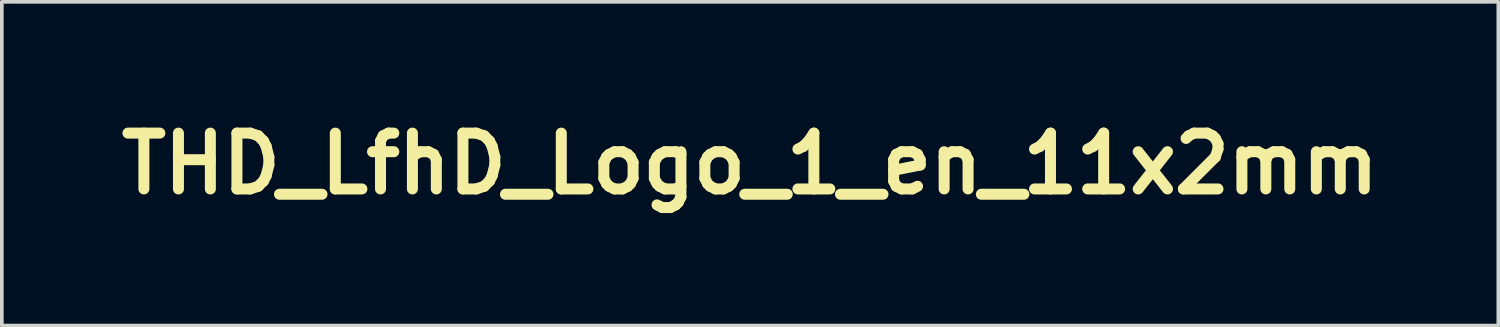
<source format=kicad_pcb>
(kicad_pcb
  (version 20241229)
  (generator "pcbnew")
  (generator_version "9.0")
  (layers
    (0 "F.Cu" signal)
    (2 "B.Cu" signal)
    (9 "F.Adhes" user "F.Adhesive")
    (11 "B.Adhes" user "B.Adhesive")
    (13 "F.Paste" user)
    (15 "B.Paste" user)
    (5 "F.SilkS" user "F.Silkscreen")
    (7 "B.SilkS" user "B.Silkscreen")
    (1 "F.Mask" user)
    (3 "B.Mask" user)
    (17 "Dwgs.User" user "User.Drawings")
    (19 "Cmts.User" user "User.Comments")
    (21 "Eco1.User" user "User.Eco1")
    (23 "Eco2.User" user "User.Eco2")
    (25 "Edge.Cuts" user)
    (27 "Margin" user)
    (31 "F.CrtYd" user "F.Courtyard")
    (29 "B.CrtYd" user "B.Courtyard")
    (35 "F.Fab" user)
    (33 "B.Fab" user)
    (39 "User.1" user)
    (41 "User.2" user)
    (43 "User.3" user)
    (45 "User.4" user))
  (footprint "THD_LfhD_Logo_1_en_11x2mm"
    (layer "F.Cu")
    (at 17.424 1.418)
    (property "Reference" "THD_LfhD_Logo_1_en_11x2mm" (at 0 0 0) (layer "F.SilkS") (effects (font (size 1.524 1.524) (thickness 0.3))))
    (attr through_hole)
    (fp_poly (pts (xy -0.222 0.889) (xy -0.318 0.889) (xy -0.318 0.476) (xy -0.222 0.476) (xy -0.222 0.889)) (stroke (width 0.01) (type solid)) (fill yes) (layer "F.Mask"))
    (fp_poly (pts (xy 1.635 0.968) (xy 1.079 0.968) (xy 1.079 -0.683) (xy 1.635 -0.683) (xy 1.635 0.968)) (stroke (width 0.01) (type solid)) (fill yes) (layer "F.Mask"))
    (fp_poly (pts (xy -1.453 0.484) (xy -1.448 0.687) (xy -1.444 0.889) (xy -1.54 0.889) (xy -1.54 0.474) (xy -1.453 0.484)) (stroke (width 0.01) (type solid)) (fill yes) (layer "F.Mask"))
    (fp_poly (pts (xy 4.314 0.012) (xy 4.318 0.968) (xy 3.778 0.968) (xy 3.782 0.012) (xy 3.786 -0.945) (xy 4.31 -0.945) (xy 4.314 0.012)) (stroke (width 0.01) (type solid)) (fill yes) (layer "F.Mask"))
    (fp_poly (pts (xy -1.794 0.794) (xy -1.587 0.794) (xy -1.587 0.889) (xy -1.89 0.889) (xy -1.886 0.687) (xy -1.881 0.484) (xy -1.838 0.479) (xy -1.794 0.474) (xy -1.794 0.794)) (stroke (width 0.01) (type solid)) (fill yes) (layer "F.Mask"))
    (fp_poly (pts (xy -1.064 0.095) (xy -0.857 0.095) (xy -0.857 0.191) (xy -1.16 0.191) (xy -1.155 -0.012) (xy -1.151 -0.214) (xy -1.107 -0.219) (xy -1.064 -0.224) (xy -1.064 0.095)) (stroke (width 0.01) (type solid)) (fill yes) (layer "F.Mask"))
    (fp_poly (pts (xy -3.286 0.889) (xy -3.325 0.889) (xy -3.357 0.885) (xy -3.37 0.877) (xy -3.372 0.857) (xy -3.374 0.813) (xy -3.375 0.749) (xy -3.375 0.675) (xy -3.373 0.484) (xy -3.33 0.479) (xy -3.286 0.474) (xy -3.286 0.889)) (stroke (width 0.01) (type solid)) (fill yes) (layer "F.Mask"))
    (fp_poly (pts (xy -2.683 0.889) (xy -2.723 0.889) (xy -2.756 0.882) (xy -2.77 0.869) (xy -2.773 0.846) (xy -2.774 0.798) (xy -2.775 0.734) (xy -2.774 0.667) (xy -2.77 0.484) (xy -2.727 0.479) (xy -2.683 0.474) (xy -2.683 0.889)) (stroke (width 0.01) (type solid)) (fill yes) (layer "F.Mask"))
    (fp_poly (pts (xy 3.632 0.012) (xy 3.627 0.976) (xy 3.56 0.981) (xy 3.493 0.986) (xy 3.493 0.096) (xy 3.227 0.092) (xy 2.961 0.087) (xy 2.956 0.012) (xy 2.951 -0.064) (xy 3.493 -0.064) (xy 3.493 -0.953) (xy 3.636 -0.953) (xy 3.632 0.012)) (stroke (width 0.01) (type solid)) (fill yes) (layer "F.Mask"))
    (fp_poly (pts (xy -2.278 0.524) (xy -2.282 0.551) (xy -2.302 0.563) (xy -2.338 0.568) (xy -2.397 0.573) (xy -2.397 0.889) (xy -2.492 0.889) (xy -2.492 0.573) (xy -2.552 0.568) (xy -2.591 0.562) (xy -2.608 0.548) (xy -2.611 0.524) (xy -2.611 0.484) (xy -2.278 0.484) (xy -2.278 0.524)) (stroke (width 0.01) (type solid)) (fill yes) (layer "F.Mask"))
    (fp_poly (pts (xy 2.818 0.945) (xy 2.552 0.949) (xy 2.448 0.95) (xy 2.372 0.949) (xy 2.321 0.947) (xy 2.291 0.942) (xy 2.278 0.934) (xy 2.278 0.933) (xy 2.276 0.914) (xy 2.275 0.866) (xy 2.274 0.792) (xy 2.273 0.696) (xy 2.273 0.581) (xy 2.273 0.449) (xy 2.273 0.304) (xy 2.274 0.15) (xy 2.274 0.119) (xy 2.278 -0.675) (xy 2.826 -0.683) (xy 2.818 0.945)) (stroke (width 0.01) (type solid)) (fill yes) (layer "F.Mask"))
    (fp_poly (pts (xy 2.826 -0.794) (xy 1.905 -0.794) (xy 1.901 0.083) (xy 1.897 0.96) (xy 1.833 0.965) (xy 1.79 0.966) (xy 1.761 0.961) (xy 1.758 0.959) (xy 1.755 0.941) (xy 1.753 0.895) (xy 1.752 0.822) (xy 1.75 0.727) (xy 1.749 0.612) (xy 1.748 0.479) (xy 1.747 0.332) (xy 1.746 0.174) (xy 1.746 0.077) (xy 1.746 -0.794) (xy 0.826 -0.794) (xy 0.826 -0.953) (xy 2.826 -0.953) (xy 2.826 -0.794)) (stroke (width 0.01) (type solid)) (fill yes) (layer "F.Mask"))
    (fp_poly (pts (xy -0.111 -0.176) (xy -0.114 -0.145) (xy -0.131 -0.13) (xy -0.169 -0.124) (xy -0.171 -0.124) (xy -0.23 -0.119) (xy -0.232 0.032) (xy -0.234 0.102) (xy -0.236 0.146) (xy -0.242 0.171) (xy -0.252 0.182) (xy -0.269 0.187) (xy -0.276 0.188) (xy -0.318 0.193) (xy -0.318 -0.127) (xy -0.381 -0.127) (xy -0.422 -0.129) (xy -0.44 -0.139) (xy -0.444 -0.164) (xy -0.445 -0.175) (xy -0.445 -0.222) (xy -0.111 -0.222) (xy -0.111 -0.176)) (stroke (width 0.01) (type solid)) (fill yes) (layer "F.Mask"))
    (fp_poly (pts (xy -1.889 -0.842) (xy -1.892 -0.811) (xy -1.909 -0.797) (xy -1.947 -0.791) (xy -1.949 -0.791) (xy -2.008 -0.786) (xy -2.013 -0.631) (xy -2.015 -0.56) (xy -2.018 -0.515) (xy -2.024 -0.49) (xy -2.034 -0.479) (xy -2.05 -0.476) (xy -2.056 -0.476) (xy -2.074 -0.477) (xy -2.085 -0.484) (xy -2.092 -0.503) (xy -2.095 -0.539) (xy -2.095 -0.599) (xy -2.095 -0.635) (xy -2.095 -0.794) (xy -2.159 -0.794) (xy -2.2 -0.796) (xy -2.218 -0.806) (xy -2.222 -0.831) (xy -2.223 -0.841) (xy -2.223 -0.889) (xy -1.889 -0.889) (xy -1.889 -0.842)) (stroke (width 0.01) (type solid)) (fill yes) (layer "F.Mask"))
    (fp_poly (pts (xy -0.333 0.523) (xy -0.337 0.554) (xy -0.353 0.568) (xy -0.391 0.574) (xy -0.393 0.575) (xy -0.452 0.579) (xy -0.457 0.734) (xy -0.459 0.805) (xy -0.463 0.85) (xy -0.468 0.875) (xy -0.478 0.886) (xy -0.494 0.889) (xy -0.501 0.889) (xy -0.518 0.888) (xy -0.53 0.881) (xy -0.536 0.862) (xy -0.539 0.826) (xy -0.54 0.767) (xy -0.54 0.73) (xy -0.54 0.572) (xy -0.603 0.572) (xy -0.644 0.57) (xy -0.662 0.559) (xy -0.667 0.534) (xy -0.667 0.524) (xy -0.667 0.476) (xy -0.333 0.476) (xy -0.333 0.523)) (stroke (width 0.01) (type solid)) (fill yes) (layer "F.Mask"))
    (fp_poly (pts (xy -5.401 -0.221) (xy -5.387 -0.21) (xy -5.382 -0.182) (xy -5.382 -0.143) (xy -5.382 -0.064) (xy -5.223 -0.064) (xy -5.223 -0.143) (xy -5.222 -0.19) (xy -5.215 -0.213) (xy -5.199 -0.221) (xy -5.183 -0.222) (xy -5.144 -0.222) (xy -5.144 0.191) (xy -5.183 0.191) (xy -5.207 0.188) (xy -5.218 0.175) (xy -5.223 0.143) (xy -5.223 0.111) (xy -5.223 0.032) (xy -5.382 0.032) (xy -5.382 0.111) (xy -5.383 0.158) (xy -5.389 0.182) (xy -5.406 0.19) (xy -5.429 0.191) (xy -5.477 0.191) (xy -5.477 -0.222) (xy -5.429 -0.222) (xy -5.401 -0.221)) (stroke (width 0.01) (type solid)) (fill yes) (layer "F.Mask"))
    (fp_poly (pts (xy 0.222 -0.127) (xy 0.111 -0.127) (xy 0.053 -0.126) (xy 0.019 -0.122) (xy 0.004 -0.113) (xy 0.00003 -0.098) (xy 0 -0.095) (xy 0.003 -0.078) (xy 0.018 -0.068) (xy 0.05 -0.064) (xy 0.103 -0.064) (xy 0.206 -0.064) (xy 0.206 0.032) (xy 0.103 0.032) (xy 0.047 0.033) (xy 0.016 0.037) (xy 0.003 0.047) (xy 0 0.064) (xy 0.003 0.08) (xy 0.016 0.089) (xy 0.045 0.094) (xy 0.098 0.095) (xy 0.119 0.095) (xy 0.238 0.095) (xy 0.238 0.191) (xy -0.095 0.191) (xy -0.095 -0.222) (xy 0.222 -0.222) (xy 0.222 -0.127)) (stroke (width 0.01) (type solid)) (fill yes) (layer "F.Mask"))
    (fp_poly (pts (xy -4.116 -0.222) (xy -4.048 -0.219) (xy -3.996 -0.212) (xy -3.968 -0.202) (xy -3.918 -0.146) (xy -3.893 -0.073) (xy -3.889 -0.021) (xy -3.896 0.062) (xy -3.919 0.122) (xy -3.962 0.161) (xy -4.027 0.183) (xy -4.119 0.19) (xy -4.127 0.191) (xy -4.239 0.191) (xy -4.239 -0.127) (xy -4.143 -0.127) (xy -4.143 0.095) (xy -4.085 0.095) (xy -4.038 0.088) (xy -4 0.071) (xy -3.998 0.069) (xy -3.976 0.03) (xy -3.969 -0.022) (xy -3.98 -0.072) (xy -3.995 -0.098) (xy -4.036 -0.121) (xy -4.082 -0.127) (xy -4.143 -0.127) (xy -4.239 -0.127) (xy -4.239 -0.222) (xy -4.116 -0.222)) (stroke (width 0.01) (type solid)) (fill yes) (layer "F.Mask"))
    (fp_poly (pts (xy -2.175 -0.128) (xy -2.29 -0.124) (xy -2.352 -0.12) (xy -2.388 -0.113) (xy -2.403 -0.102) (xy -2.405 -0.095) (xy -2.397 -0.082) (xy -2.371 -0.073) (xy -2.32 -0.068) (xy -2.298 -0.067) (xy -2.241 -0.064) (xy -2.209 -0.059) (xy -2.195 -0.048) (xy -2.191 -0.029) (xy -2.191 -0.016) (xy -2.192 0.009) (xy -2.2 0.023) (xy -2.223 0.03) (xy -2.267 0.034) (xy -2.298 0.035) (xy -2.358 0.039) (xy -2.391 0.047) (xy -2.404 0.059) (xy -2.405 0.064) (xy -2.398 0.077) (xy -2.373 0.085) (xy -2.324 0.09) (xy -2.29 0.092) (xy -2.175 0.097) (xy -2.175 0.191) (xy -2.492 0.191) (xy -2.492 -0.222) (xy -2.175 -0.222) (xy -2.175 -0.128)) (stroke (width 0.01) (type solid)) (fill yes) (layer "F.Mask"))
    (fp_poly (pts (xy -1.222 -0.128) (xy -1.337 -0.124) (xy -1.4 -0.12) (xy -1.436 -0.113) (xy -1.451 -0.102) (xy -1.453 -0.095) (xy -1.444 -0.081) (xy -1.415 -0.071) (xy -1.359 -0.064) (xy -1.349 -0.064) (xy -1.294 -0.058) (xy -1.262 -0.051) (xy -1.247 -0.039) (xy -1.242 -0.018) (xy -1.241 -0.013) (xy -1.24 0.01) (xy -1.247 0.023) (xy -1.269 0.03) (xy -1.313 0.034) (xy -1.344 0.035) (xy -1.405 0.039) (xy -1.439 0.047) (xy -1.452 0.058) (xy -1.453 0.064) (xy -1.445 0.077) (xy -1.42 0.085) (xy -1.371 0.09) (xy -1.337 0.092) (xy -1.222 0.097) (xy -1.222 0.191) (xy -1.54 0.191) (xy -1.54 -0.222) (xy -1.222 -0.222) (xy -1.222 -0.128)) (stroke (width 0.01) (type solid)) (fill yes) (layer "F.Mask"))
    (fp_poly (pts (xy -0.209 -0.845) (xy -0.214 -0.821) (xy -0.226 -0.808) (xy -0.254 -0.801) (xy -0.304 -0.797) (xy -0.314 -0.797) (xy -0.368 -0.793) (xy -0.398 -0.786) (xy -0.411 -0.775) (xy -0.413 -0.761) (xy -0.409 -0.743) (xy -0.392 -0.734) (xy -0.354 -0.731) (xy -0.325 -0.73) (xy -0.276 -0.729) (xy -0.25 -0.724) (xy -0.24 -0.71) (xy -0.238 -0.683) (xy -0.238 -0.683) (xy -0.24 -0.655) (xy -0.249 -0.641) (xy -0.275 -0.636) (xy -0.324 -0.635) (xy -0.325 -0.635) (xy -0.413 -0.635) (xy -0.413 -0.556) (xy -0.414 -0.509) (xy -0.42 -0.485) (xy -0.437 -0.477) (xy -0.46 -0.476) (xy -0.508 -0.476) (xy -0.508 -0.889) (xy -0.204 -0.889) (xy -0.209 -0.845)) (stroke (width 0.01) (type solid)) (fill yes) (layer "F.Mask"))
    (fp_poly (pts (xy 0.476 -0.221) (xy 0.519 -0.216) (xy 0.548 -0.205) (xy 0.573 -0.187) (xy 0.576 -0.184) (xy 0.619 -0.125) (xy 0.64 -0.051) (xy 0.639 0.026) (xy 0.616 0.099) (xy 0.576 0.153) (xy 0.551 0.172) (xy 0.523 0.184) (xy 0.482 0.189) (xy 0.419 0.19) (xy 0.41 0.191) (xy 0.286 0.191) (xy 0.286 -0.127) (xy 0.381 -0.127) (xy 0.381 0.095) (xy 0.443 0.095) (xy 0.492 0.089) (xy 0.528 0.073) (xy 0.531 0.07) (xy 0.548 0.037) (xy 0.556 -0.01) (xy 0.556 -0.016) (xy 0.546 -0.075) (xy 0.516 -0.111) (xy 0.462 -0.126) (xy 0.443 -0.127) (xy 0.381 -0.127) (xy 0.286 -0.127) (xy 0.286 -0.222) (xy 0.41 -0.222) (xy 0.476 -0.221)) (stroke (width 0.01) (type solid)) (fill yes) (layer "F.Mask"))
    (fp_poly (pts (xy -3.557 0.482) (xy -3.527 0.493) (xy -3.504 0.508) (xy -3.462 0.56) (xy -3.439 0.628) (xy -3.435 0.702) (xy -3.45 0.775) (xy -3.485 0.836) (xy -3.493 0.845) (xy -3.518 0.867) (xy -3.544 0.88) (xy -3.578 0.887) (xy -3.632 0.889) (xy -3.663 0.889) (xy -3.789 0.889) (xy -3.788 0.687) (xy -3.787 0.572) (xy -3.699 0.572) (xy -3.699 0.794) (xy -3.631 0.794) (xy -3.584 0.79) (xy -3.55 0.779) (xy -3.543 0.775) (xy -3.532 0.748) (xy -3.525 0.704) (xy -3.524 0.683) (xy -3.529 0.624) (xy -3.549 0.589) (xy -3.588 0.574) (xy -3.631 0.572) (xy -3.699 0.572) (xy -3.787 0.572) (xy -3.786 0.484) (xy -3.666 0.48) (xy -3.601 0.479) (xy -3.557 0.482)) (stroke (width 0.01) (type solid)) (fill yes) (layer "F.Mask"))
    (fp_poly (pts (xy 0.109 0.488) (xy 0.157 0.517) (xy 0.205 0.577) (xy 0.229 0.652) (xy 0.226 0.733) (xy 0.223 0.745) (xy 0.189 0.816) (xy 0.134 0.864) (xy 0.061 0.887) (xy 0.031 0.889) (xy -0.026 0.885) (xy -0.067 0.868) (xy -0.096 0.845) (xy -0.141 0.786) (xy -0.162 0.714) (xy -0.16 0.667) (xy -0.08 0.667) (xy -0.073 0.722) (xy -0.055 0.758) (xy -0.018 0.786) (xy 0.032 0.794) (xy 0.082 0.782) (xy 0.111 0.762) (xy 0.14 0.714) (xy 0.143 0.663) (xy 0.123 0.617) (xy 0.084 0.584) (xy 0.032 0.572) (xy -0.024 0.585) (xy -0.062 0.619) (xy -0.08 0.667) (xy -0.16 0.667) (xy -0.16 0.638) (xy -0.134 0.568) (xy -0.096 0.52) (xy -0.034 0.484) (xy 0.038 0.474) (xy 0.109 0.488)) (stroke (width 0.01) (type solid)) (fill yes) (layer "F.Mask"))
    (fp_poly (pts (xy 0.619 0.889) (xy 0.575 0.889) (xy 0.552 0.885) (xy 0.531 0.871) (xy 0.506 0.841) (xy 0.474 0.789) (xy 0.46 0.766) (xy 0.389 0.643) (xy 0.384 0.766) (xy 0.381 0.828) (xy 0.377 0.864) (xy 0.369 0.882) (xy 0.355 0.888) (xy 0.341 0.889) (xy 0.311 0.885) (xy 0.301 0.877) (xy 0.3 0.857) (xy 0.3 0.813) (xy 0.3 0.749) (xy 0.3 0.675) (xy 0.3 0.484) (xy 0.343 0.484) (xy 0.368 0.489) (xy 0.391 0.506) (xy 0.419 0.541) (xy 0.448 0.587) (xy 0.487 0.652) (xy 0.514 0.689) (xy 0.529 0.7) (xy 0.537 0.685) (xy 0.539 0.643) (xy 0.54 0.598) (xy 0.54 0.537) (xy 0.543 0.501) (xy 0.55 0.483) (xy 0.564 0.477) (xy 0.579 0.476) (xy 0.619 0.476) (xy 0.619 0.889)) (stroke (width 0.01) (type solid)) (fill yes) (layer "F.Mask"))
    (fp_poly (pts (xy -3.182 -0.876) (xy -3.121 -0.839) (xy -3.081 -0.779) (xy -3.064 -0.698) (xy -3.064 -0.683) (xy -3.076 -0.599) (xy -3.113 -0.535) (xy -3.17 -0.494) (xy -3.248 -0.477) (xy -3.263 -0.476) (xy -3.315 -0.48) (xy -3.354 -0.497) (xy -3.39 -0.529) (xy -3.44 -0.598) (xy -3.459 -0.672) (xy -3.458 -0.677) (xy -3.365 -0.677) (xy -3.355 -0.626) (xy -3.339 -0.601) (xy -3.298 -0.576) (xy -3.246 -0.574) (xy -3.196 -0.594) (xy -3.18 -0.606) (xy -3.15 -0.652) (xy -3.145 -0.702) (xy -3.164 -0.748) (xy -3.203 -0.781) (xy -3.257 -0.794) (xy -3.302 -0.786) (xy -3.336 -0.767) (xy -3.359 -0.729) (xy -3.365 -0.677) (xy -3.458 -0.677) (xy -3.448 -0.746) (xy -3.407 -0.817) (xy -3.39 -0.836) (xy -3.35 -0.87) (xy -3.311 -0.886) (xy -3.263 -0.889) (xy -3.182 -0.876)) (stroke (width 0.01) (type solid)) (fill yes) (layer "F.Mask"))
    (fp_poly (pts (xy 0.136 -0.864) (xy 0.157 -0.848) (xy 0.205 -0.788) (xy 0.229 -0.714) (xy 0.226 -0.633) (xy 0.223 -0.62) (xy 0.189 -0.549) (xy 0.134 -0.501) (xy 0.061 -0.478) (xy 0.031 -0.476) (xy -0.026 -0.481) (xy -0.067 -0.498) (xy -0.096 -0.52) (xy -0.141 -0.58) (xy -0.165 -0.654) (xy -0.165 -0.693) (xy -0.079 -0.693) (xy -0.068 -0.63) (xy -0.036 -0.589) (xy 0.018 -0.572) (xy 0.032 -0.572) (xy 0.082 -0.578) (xy 0.114 -0.601) (xy 0.118 -0.607) (xy 0.14 -0.658) (xy 0.141 -0.711) (xy 0.122 -0.756) (xy 0.108 -0.769) (xy 0.054 -0.792) (xy 0.001 -0.79) (xy -0.044 -0.768) (xy -0.073 -0.729) (xy -0.079 -0.693) (xy -0.165 -0.693) (xy -0.165 -0.73) (xy -0.158 -0.756) (xy -0.122 -0.819) (xy -0.067 -0.864) (xy -0.001 -0.888) (xy 0.069 -0.889) (xy 0.136 -0.864)) (stroke (width 0.01) (type solid)) (fill yes) (layer "F.Mask"))
    (fp_poly (pts (xy -0.994 -0.886) (xy -0.971 -0.87) (xy -0.949 -0.835) (xy -0.94 -0.818) (xy -0.917 -0.776) (xy -0.898 -0.751) (xy -0.89 -0.746) (xy -0.875 -0.759) (xy -0.852 -0.791) (xy -0.838 -0.814) (xy -0.807 -0.86) (xy -0.775 -0.882) (xy -0.758 -0.886) (xy -0.726 -0.885) (xy -0.714 -0.875) (xy -0.722 -0.854) (xy -0.744 -0.815) (xy -0.773 -0.766) (xy -0.778 -0.759) (xy -0.812 -0.701) (xy -0.831 -0.656) (xy -0.84 -0.612) (xy -0.841 -0.568) (xy -0.842 -0.516) (xy -0.847 -0.489) (xy -0.86 -0.478) (xy -0.885 -0.476) (xy -0.889 -0.476) (xy -0.916 -0.478) (xy -0.93 -0.487) (xy -0.936 -0.511) (xy -0.937 -0.559) (xy -0.937 -0.568) (xy -0.939 -0.617) (xy -0.947 -0.657) (xy -0.966 -0.699) (xy -0.999 -0.753) (xy -1.008 -0.767) (xy -1.041 -0.818) (xy -1.066 -0.858) (xy -1.079 -0.88) (xy -1.079 -0.883) (xy -1.066 -0.887) (xy -1.032 -0.889) (xy -1.027 -0.889) (xy -0.994 -0.886)) (stroke (width 0.01) (type solid)) (fill yes) (layer "F.Mask"))
    (fp_poly (pts (xy -1.643 -0.885) (xy -1.603 -0.87) (xy -1.56 -0.835) (xy -1.559 -0.835) (xy -1.527 -0.802) (xy -1.509 -0.774) (xy -1.502 -0.739) (xy -1.501 -0.684) (xy -1.501 -0.682) (xy -1.502 -0.626) (xy -1.51 -0.59) (xy -1.528 -0.562) (xy -1.56 -0.53) (xy -1.603 -0.496) (xy -1.642 -0.48) (xy -1.695 -0.476) (xy -1.697 -0.476) (xy -1.752 -0.48) (xy -1.792 -0.496) (xy -1.823 -0.521) (xy -1.865 -0.572) (xy -1.885 -0.63) (xy -1.886 -0.683) (xy -1.81 -0.683) (xy -1.796 -0.629) (xy -1.762 -0.591) (xy -1.713 -0.573) (xy -1.659 -0.578) (xy -1.623 -0.596) (xy -1.595 -0.629) (xy -1.587 -0.678) (xy -1.599 -0.739) (xy -1.632 -0.778) (xy -1.686 -0.794) (xy -1.693 -0.794) (xy -1.751 -0.78) (xy -1.791 -0.744) (xy -1.809 -0.691) (xy -1.81 -0.683) (xy -1.886 -0.683) (xy -1.887 -0.705) (xy -1.885 -0.727) (xy -1.863 -0.801) (xy -1.818 -0.853) (xy -1.752 -0.883) (xy -1.695 -0.889) (xy -1.643 -0.885)) (stroke (width 0.01) (type solid)) (fill yes) (layer "F.Mask"))
    (fp_poly (pts (xy -4.444 -0.22) (xy -4.39 -0.212) (xy -4.355 -0.197) (xy -4.331 -0.17) (xy -4.319 -0.145) (xy -4.31 -0.094) (xy -4.322 -0.047) (xy -4.351 -0.013) (xy -4.377 -0.003) (xy -4.394 0.001) (xy -4.398 0.012) (xy -4.386 0.034) (xy -4.357 0.074) (xy -4.349 0.084) (xy -4.317 0.128) (xy -4.294 0.162) (xy -4.286 0.179) (xy -4.3 0.187) (xy -4.333 0.19) (xy -4.334 0.191) (xy -4.377 0.18) (xy -4.408 0.147) (xy -4.454 0.082) (xy -4.496 0.043) (xy -4.527 0.032) (xy -4.545 0.037) (xy -4.553 0.057) (xy -4.556 0.101) (xy -4.556 0.111) (xy -4.557 0.158) (xy -4.564 0.182) (xy -4.58 0.19) (xy -4.604 0.191) (xy -4.651 0.191) (xy -4.651 -0.088) (xy -4.568 -0.088) (xy -4.564 -0.08) (xy -4.542 -0.068) (xy -4.504 -0.065) (xy -4.461 -0.068) (xy -4.425 -0.078) (xy -4.406 -0.092) (xy -4.405 -0.095) (xy -4.417 -0.112) (xy -4.455 -0.122) (xy -4.475 -0.124) (xy -4.53 -0.123) (xy -4.563 -0.11) (xy -4.568 -0.088) (xy -4.651 -0.088) (xy -4.651 -0.222) (xy -4.523 -0.222) (xy -4.444 -0.22)) (stroke (width 0.01) (type solid)) (fill yes) (layer "F.Mask"))
    (fp_poly (pts (xy -2.966 0.48) (xy -2.929 0.494) (xy -2.893 0.525) (xy -2.891 0.527) (xy -2.861 0.559) (xy -2.851 0.578) (xy -2.859 0.595) (xy -2.873 0.61) (xy -2.896 0.63) (xy -2.913 0.63) (xy -2.938 0.61) (xy -2.941 0.606) (xy -2.991 0.577) (xy -3.044 0.573) (xy -3.092 0.59) (xy -3.128 0.626) (xy -3.143 0.678) (xy -3.143 0.682) (xy -3.129 0.736) (xy -3.091 0.774) (xy -3.03 0.792) (xy -3.006 0.794) (xy -2.96 0.79) (xy -2.934 0.781) (xy -2.931 0.771) (xy -2.954 0.762) (xy -2.972 0.759) (xy -3.009 0.751) (xy -3.023 0.733) (xy -3.024 0.714) (xy -3.022 0.692) (xy -3.01 0.679) (xy -2.98 0.673) (xy -2.932 0.67) (xy -2.84 0.665) (xy -2.845 0.741) (xy -2.851 0.791) (xy -2.866 0.822) (xy -2.898 0.849) (xy -2.904 0.853) (xy -2.969 0.882) (xy -3.041 0.889) (xy -3.107 0.875) (xy -3.145 0.853) (xy -3.195 0.798) (xy -3.218 0.736) (xy -3.223 0.683) (xy -3.21 0.599) (xy -3.174 0.535) (xy -3.116 0.494) (xy -3.037 0.477) (xy -3.019 0.476) (xy -2.966 0.48)) (stroke (width 0.01) (type solid)) (fill yes) (layer "F.Mask"))
    (fp_poly (pts (xy -3.156 -0.219) (xy -3.154 -0.219) (xy -3.134 -0.215) (xy -3.118 -0.205) (xy -3.102 -0.184) (xy -3.083 -0.147) (xy -3.059 -0.089) (xy -3.03 -0.018) (xy -3.002 0.055) (xy -2.978 0.116) (xy -2.961 0.161) (xy -2.953 0.183) (xy -2.953 0.184) (xy -2.967 0.189) (xy -2.999 0.191) (xy -3.035 0.184) (xy -3.056 0.157) (xy -3.061 0.143) (xy -3.074 0.114) (xy -3.093 0.1) (xy -3.127 0.096) (xy -3.157 0.095) (xy -3.204 0.097) (xy -3.229 0.104) (xy -3.241 0.123) (xy -3.246 0.143) (xy -3.259 0.177) (xy -3.285 0.189) (xy -3.305 0.191) (xy -3.34 0.185) (xy -3.346 0.171) (xy -3.302 0.052) (xy -3.279 -0.012) (xy -3.185 -0.012) (xy -3.172 -0.001) (xy -3.159 0) (xy -3.133 -0.011) (xy -3.128 -0.028) (xy -3.133 -0.057) (xy -3.146 -0.084) (xy -3.16 -0.097) (xy -3.164 -0.095) (xy -3.172 -0.075) (xy -3.181 -0.044) (xy -3.185 -0.012) (xy -3.279 -0.012) (xy -3.268 -0.04) (xy -3.242 -0.109) (xy -3.222 -0.158) (xy -3.206 -0.19) (xy -3.193 -0.209) (xy -3.182 -0.218) (xy -3.17 -0.22) (xy -3.156 -0.219)) (stroke (width 0.01) (type solid)) (fill yes) (layer "F.Mask"))
    (fp_poly (pts (xy -2.14 0.479) (xy -2.138 0.479) (xy -2.118 0.483) (xy -2.102 0.493) (xy -2.086 0.515) (xy -2.067 0.552) (xy -2.043 0.609) (xy -2.014 0.68) (xy -1.986 0.753) (xy -1.962 0.815) (xy -1.945 0.86) (xy -1.937 0.882) (xy -1.937 0.883) (xy -1.951 0.887) (xy -1.983 0.889) (xy -2.019 0.882) (xy -2.04 0.856) (xy -2.045 0.841) (xy -2.058 0.813) (xy -2.077 0.799) (xy -2.111 0.794) (xy -2.141 0.794) (xy -2.188 0.795) (xy -2.213 0.803) (xy -2.225 0.821) (xy -2.23 0.841) (xy -2.243 0.876) (xy -2.269 0.888) (xy -2.289 0.889) (xy -2.324 0.884) (xy -2.33 0.869) (xy -2.286 0.751) (xy -2.263 0.686) (xy -2.169 0.686) (xy -2.156 0.698) (xy -2.143 0.699) (xy -2.117 0.687) (xy -2.112 0.671) (xy -2.117 0.641) (xy -2.13 0.614) (xy -2.144 0.602) (xy -2.148 0.604) (xy -2.156 0.623) (xy -2.165 0.655) (xy -2.169 0.686) (xy -2.263 0.686) (xy -2.252 0.659) (xy -2.226 0.59) (xy -2.206 0.541) (xy -2.19 0.509) (xy -2.177 0.49) (xy -2.166 0.481) (xy -2.154 0.478) (xy -2.14 0.479)) (stroke (width 0.01) (type solid)) (fill yes) (layer "F.Mask"))
    (fp_poly (pts (xy -0.653 -0.22) (xy -0.645 -0.219) (xy -0.626 -0.215) (xy -0.61 -0.205) (xy -0.594 -0.184) (xy -0.575 -0.148) (xy -0.551 -0.09) (xy -0.522 -0.016) (xy -0.493 0.057) (xy -0.47 0.119) (xy -0.453 0.163) (xy -0.445 0.185) (xy -0.445 0.187) (xy -0.458 0.189) (xy -0.491 0.191) (xy -0.527 0.184) (xy -0.548 0.157) (xy -0.553 0.143) (xy -0.566 0.114) (xy -0.585 0.1) (xy -0.621 0.096) (xy -0.647 0.095) (xy -0.694 0.097) (xy -0.72 0.106) (xy -0.735 0.127) (xy -0.741 0.143) (xy -0.762 0.178) (xy -0.793 0.19) (xy -0.802 0.191) (xy -0.833 0.185) (xy -0.837 0.171) (xy -0.793 0.052) (xy -0.769 -0.012) (xy -0.677 -0.012) (xy -0.664 -0.001) (xy -0.651 0) (xy -0.624 -0.011) (xy -0.619 -0.028) (xy -0.625 -0.057) (xy -0.638 -0.084) (xy -0.651 -0.097) (xy -0.656 -0.095) (xy -0.664 -0.075) (xy -0.673 -0.044) (xy -0.677 -0.012) (xy -0.769 -0.012) (xy -0.759 -0.04) (xy -0.733 -0.109) (xy -0.713 -0.158) (xy -0.698 -0.191) (xy -0.686 -0.21) (xy -0.675 -0.219) (xy -0.665 -0.221) (xy -0.653 -0.22)) (stroke (width 0.01) (type solid)) (fill yes) (layer "F.Mask"))
    (fp_poly (pts (xy -4.9 -0.219) (xy -4.881 -0.215) (xy -4.865 -0.205) (xy -4.849 -0.184) (xy -4.83 -0.148) (xy -4.805 -0.09) (xy -4.777 -0.018) (xy -4.748 0.055) (xy -4.724 0.116) (xy -4.707 0.161) (xy -4.699 0.183) (xy -4.699 0.184) (xy -4.713 0.189) (xy -4.745 0.191) (xy -4.781 0.184) (xy -4.802 0.157) (xy -4.808 0.143) (xy -4.821 0.114) (xy -4.84 0.1) (xy -4.875 0.096) (xy -4.901 0.095) (xy -4.948 0.097) (xy -4.974 0.106) (xy -4.989 0.127) (xy -4.996 0.143) (xy -5.016 0.178) (xy -5.048 0.19) (xy -5.057 0.191) (xy -5.087 0.186) (xy -5.093 0.169) (xy -5.091 0.163) (xy -5.082 0.138) (xy -5.065 0.09) (xy -5.041 0.026) (xy -5.027 -0.012) (xy -4.931 -0.012) (xy -4.918 -0.001) (xy -4.906 0) (xy -4.879 -0.011) (xy -4.874 -0.028) (xy -4.88 -0.057) (xy -4.892 -0.084) (xy -4.906 -0.097) (xy -4.91 -0.095) (xy -4.918 -0.075) (xy -4.927 -0.044) (xy -4.931 -0.012) (xy -5.027 -0.012) (xy -5.015 -0.044) (xy -4.986 -0.12) (xy -4.965 -0.17) (xy -4.949 -0.201) (xy -4.934 -0.216) (xy -4.918 -0.22) (xy -4.9 -0.219)) (stroke (width 0.01) (type solid)) (fill yes) (layer "F.Mask"))
    (fp_poly (pts (xy -3.639 -0.885) (xy -3.579 -0.873) (xy -3.543 -0.851) (xy -3.526 -0.817) (xy -3.524 -0.793) (xy -3.531 -0.747) (xy -3.543 -0.716) (xy -3.553 -0.687) (xy -3.537 -0.661) (xy -3.535 -0.659) (xy -3.512 -0.616) (xy -3.512 -0.565) (xy -3.534 -0.518) (xy -3.543 -0.509) (xy -3.565 -0.493) (xy -3.594 -0.483) (xy -3.637 -0.478) (xy -3.703 -0.476) (xy -3.718 -0.476) (xy -3.858 -0.476) (xy -3.858 -0.598) (xy -3.775 -0.598) (xy -3.771 -0.588) (xy -3.749 -0.577) (xy -3.71 -0.573) (xy -3.665 -0.575) (xy -3.624 -0.583) (xy -3.599 -0.596) (xy -3.596 -0.603) (xy -3.606 -0.619) (xy -3.641 -0.629) (xy -3.673 -0.632) (xy -3.733 -0.631) (xy -3.768 -0.619) (xy -3.775 -0.598) (xy -3.858 -0.598) (xy -3.858 -0.755) (xy -3.775 -0.755) (xy -3.771 -0.747) (xy -3.749 -0.735) (xy -3.711 -0.731) (xy -3.667 -0.735) (xy -3.631 -0.744) (xy -3.612 -0.759) (xy -3.612 -0.762) (xy -3.623 -0.779) (xy -3.662 -0.789) (xy -3.681 -0.791) (xy -3.737 -0.789) (xy -3.769 -0.777) (xy -3.775 -0.755) (xy -3.858 -0.755) (xy -3.858 -0.889) (xy -3.726 -0.889) (xy -3.639 -0.885)) (stroke (width 0.01) (type solid)) (fill yes) (layer "F.Mask"))
    (fp_poly (pts (xy -2.713 -0.22) (xy -2.659 -0.215) (xy -2.624 -0.208) (xy -2.62 -0.207) (xy -2.588 -0.175) (xy -2.57 -0.13) (xy -2.568 -0.08) (xy -2.582 -0.036) (xy -2.61 -0.008) (xy -2.62 -0.005) (xy -2.645 0.005) (xy -2.651 0.01) (xy -2.643 0.025) (xy -2.621 0.058) (xy -2.596 0.093) (xy -2.566 0.136) (xy -2.546 0.168) (xy -2.54 0.18) (xy -2.554 0.188) (xy -2.586 0.191) (xy -2.617 0.185) (xy -2.646 0.165) (xy -2.68 0.124) (xy -2.689 0.111) (xy -2.731 0.061) (xy -2.765 0.035) (xy -2.778 0.032) (xy -2.797 0.036) (xy -2.807 0.054) (xy -2.81 0.093) (xy -2.81 0.111) (xy -2.811 0.158) (xy -2.817 0.182) (xy -2.834 0.19) (xy -2.857 0.191) (xy -2.905 0.191) (xy -2.905 -0.088) (xy -2.822 -0.088) (xy -2.818 -0.08) (xy -2.796 -0.068) (xy -2.758 -0.065) (xy -2.715 -0.068) (xy -2.678 -0.078) (xy -2.66 -0.092) (xy -2.659 -0.095) (xy -2.671 -0.112) (xy -2.709 -0.122) (xy -2.729 -0.124) (xy -2.784 -0.123) (xy -2.816 -0.11) (xy -2.822 -0.088) (xy -2.905 -0.088) (xy -2.905 -0.222) (xy -2.777 -0.222) (xy -2.713 -0.22)) (stroke (width 0.01) (type solid)) (fill yes) (layer "F.Mask"))
    (fp_poly (pts (xy -1.76 -0.22) (xy -1.706 -0.215) (xy -1.671 -0.208) (xy -1.668 -0.207) (xy -1.635 -0.175) (xy -1.618 -0.13) (xy -1.616 -0.08) (xy -1.629 -0.036) (xy -1.657 -0.008) (xy -1.667 -0.005) (xy -1.693 0.005) (xy -1.699 0.01) (xy -1.69 0.025) (xy -1.668 0.058) (xy -1.643 0.093) (xy -1.614 0.136) (xy -1.593 0.168) (xy -1.587 0.18) (xy -1.601 0.188) (xy -1.634 0.191) (xy -1.665 0.185) (xy -1.693 0.165) (xy -1.728 0.124) (xy -1.737 0.111) (xy -1.778 0.061) (xy -1.813 0.035) (xy -1.826 0.032) (xy -1.845 0.036) (xy -1.854 0.054) (xy -1.857 0.093) (xy -1.857 0.111) (xy -1.858 0.158) (xy -1.865 0.182) (xy -1.881 0.19) (xy -1.905 0.191) (xy -1.953 0.191) (xy -1.953 -0.088) (xy -1.87 -0.088) (xy -1.866 -0.08) (xy -1.844 -0.068) (xy -1.806 -0.065) (xy -1.762 -0.068) (xy -1.726 -0.078) (xy -1.707 -0.092) (xy -1.707 -0.095) (xy -1.718 -0.112) (xy -1.757 -0.122) (xy -1.776 -0.124) (xy -1.832 -0.123) (xy -1.864 -0.11) (xy -1.87 -0.088) (xy -1.953 -0.088) (xy -1.953 -0.222) (xy -1.825 -0.222) (xy -1.76 -0.22)) (stroke (width 0.01) (type solid)) (fill yes) (layer "F.Mask"))
    (fp_poly (pts (xy 0.504 -0.887) (xy 0.557 -0.879) (xy 0.591 -0.862) (xy 0.613 -0.833) (xy 0.626 -0.8) (xy 0.628 -0.755) (xy 0.612 -0.71) (xy 0.585 -0.678) (xy 0.571 -0.671) (xy 0.546 -0.662) (xy 0.54 -0.656) (xy 0.549 -0.641) (xy 0.572 -0.608) (xy 0.595 -0.576) (xy 0.631 -0.527) (xy 0.647 -0.497) (xy 0.643 -0.482) (xy 0.62 -0.477) (xy 0.607 -0.476) (xy 0.575 -0.483) (xy 0.544 -0.508) (xy 0.508 -0.552) (xy 0.47 -0.596) (xy 0.434 -0.625) (xy 0.417 -0.632) (xy 0.396 -0.632) (xy 0.385 -0.62) (xy 0.381 -0.588) (xy 0.381 -0.557) (xy 0.38 -0.509) (xy 0.374 -0.486) (xy 0.358 -0.477) (xy 0.333 -0.476) (xy 0.286 -0.476) (xy 0.286 -0.762) (xy 0.381 -0.762) (xy 0.385 -0.743) (xy 0.403 -0.733) (xy 0.442 -0.73) (xy 0.46 -0.73) (xy 0.508 -0.732) (xy 0.532 -0.739) (xy 0.539 -0.755) (xy 0.54 -0.762) (xy 0.536 -0.781) (xy 0.518 -0.791) (xy 0.479 -0.794) (xy 0.46 -0.794) (xy 0.413 -0.792) (xy 0.389 -0.785) (xy 0.381 -0.769) (xy 0.381 -0.762) (xy 0.286 -0.762) (xy 0.286 -0.889) (xy 0.426 -0.889) (xy 0.504 -0.887)) (stroke (width 0.01) (type solid)) (fill yes) (layer "F.Mask"))
    (fp_poly (pts (xy 4.512 -0.947) (xy 4.61 -0.931) (xy 4.693 -0.909) (xy 4.773 -0.879) (xy 4.855 -0.841) (xy 4.986 -0.761) (xy 5.106 -0.66) (xy 5.21 -0.542) (xy 5.294 -0.413) (xy 5.353 -0.279) (xy 5.37 -0.219) (xy 5.384 -0.134) (xy 5.392 -0.036) (xy 5.393 0.063) (xy 5.387 0.149) (xy 5.381 0.191) (xy 5.339 0.324) (xy 5.276 0.457) (xy 5.197 0.581) (xy 5.108 0.688) (xy 5.025 0.762) (xy 4.968 0.8) (xy 4.902 0.839) (xy 4.836 0.874) (xy 4.776 0.902) (xy 4.731 0.918) (xy 4.715 0.921) (xy 4.683 0.929) (xy 4.674 0.935) (xy 4.652 0.943) (xy 4.607 0.952) (xy 4.552 0.959) (xy 4.445 0.969) (xy 4.445 0.828) (xy 4.536 0.809) (xy 4.665 0.777) (xy 4.77 0.738) (xy 4.862 0.687) (xy 4.948 0.621) (xy 5.009 0.563) (xy 5.1 0.456) (xy 5.166 0.346) (xy 5.208 0.224) (xy 5.231 0.084) (xy 5.234 0.032) (xy 5.227 -0.119) (xy 5.19 -0.264) (xy 5.125 -0.399) (xy 5.036 -0.521) (xy 4.925 -0.625) (xy 4.802 -0.702) (xy 4.744 -0.728) (xy 4.672 -0.754) (xy 4.6 -0.775) (xy 4.536 -0.79) (xy 4.498 -0.794) (xy 4.445 -0.794) (xy 4.445 -0.957) (xy 4.512 -0.947)) (stroke (width 0.01) (type solid)) (fill yes) (layer "F.Mask"))
    (fp_poly (pts (xy -4.524 -0.572) (xy -4.421 -0.572) (xy -4.366 -0.571) (xy -4.335 -0.567) (xy -4.321 -0.557) (xy -4.318 -0.538) (xy -4.318 -0.529) (xy -4.316 -0.503) (xy -4.308 -0.499) (xy -4.295 -0.52) (xy -4.274 -0.565) (xy -4.245 -0.638) (xy -4.23 -0.679) (xy -4.137 -0.679) (xy -4.125 -0.668) (xy -4.112 -0.667) (xy -4.085 -0.678) (xy -4.08 -0.695) (xy -4.086 -0.724) (xy -4.099 -0.751) (xy -4.112 -0.763) (xy -4.116 -0.762) (xy -4.125 -0.742) (xy -4.134 -0.71) (xy -4.137 -0.679) (xy -4.23 -0.679) (xy -4.221 -0.703) (xy -4.192 -0.781) (xy -4.171 -0.833) (xy -4.154 -0.865) (xy -4.14 -0.881) (xy -4.125 -0.887) (xy -4.106 -0.886) (xy -4.087 -0.882) (xy -4.07 -0.872) (xy -4.054 -0.85) (xy -4.035 -0.813) (xy -4.011 -0.754) (xy -3.983 -0.685) (xy -3.954 -0.612) (xy -3.93 -0.55) (xy -3.913 -0.506) (xy -3.906 -0.484) (xy -3.905 -0.482) (xy -3.919 -0.478) (xy -3.951 -0.476) (xy -3.987 -0.483) (xy -4.008 -0.509) (xy -4.014 -0.524) (xy -4.027 -0.552) (xy -4.045 -0.566) (xy -4.08 -0.571) (xy -4.11 -0.572) (xy -4.157 -0.57) (xy -4.182 -0.563) (xy -4.194 -0.544) (xy -4.199 -0.524) (xy -4.209 -0.476) (xy -4.621 -0.476) (xy -4.616 -0.679) (xy -4.612 -0.881) (xy -4.568 -0.886) (xy -4.524 -0.891) (xy -4.524 -0.572)) (stroke (width 0.01) (type solid)) (fill yes) (layer "F.Mask"))
    (fp_poly (pts (xy -1.228 -0.888) (xy -1.186 -0.885) (xy -1.159 -0.876) (xy -1.14 -0.861) (xy -1.128 -0.847) (xy -1.104 -0.799) (xy -1.098 -0.748) (xy -1.11 -0.704) (xy -1.138 -0.674) (xy -1.168 -0.667) (xy -1.185 -0.664) (xy -1.187 -0.652) (xy -1.172 -0.627) (xy -1.137 -0.583) (xy -1.135 -0.58) (xy -1.097 -0.531) (xy -1.083 -0.499) (xy -1.091 -0.482) (xy -1.121 -0.476) (xy -1.127 -0.476) (xy -1.171 -0.487) (xy -1.192 -0.512) (xy -1.223 -0.559) (xy -1.261 -0.6) (xy -1.298 -0.628) (xy -1.321 -0.635) (xy -1.338 -0.63) (xy -1.347 -0.609) (xy -1.349 -0.565) (xy -1.349 -0.556) (xy -1.351 -0.508) (xy -1.357 -0.485) (xy -1.373 -0.477) (xy -1.386 -0.476) (xy -1.42 -0.48) (xy -1.434 -0.487) (xy -1.439 -0.507) (xy -1.442 -0.55) (xy -1.444 -0.609) (xy -1.444 -0.677) (xy -1.444 -0.744) (xy -1.443 -0.757) (xy -1.347 -0.757) (xy -1.346 -0.741) (xy -1.331 -0.733) (xy -1.296 -0.732) (xy -1.267 -0.733) (xy -1.215 -0.739) (xy -1.188 -0.75) (xy -1.183 -0.762) (xy -1.191 -0.777) (xy -1.221 -0.784) (xy -1.262 -0.786) (xy -1.311 -0.783) (xy -1.337 -0.775) (xy -1.347 -0.757) (xy -1.443 -0.757) (xy -1.442 -0.803) (xy -1.438 -0.847) (xy -1.435 -0.864) (xy -1.424 -0.877) (xy -1.398 -0.884) (xy -1.352 -0.888) (xy -1.293 -0.889) (xy -1.228 -0.888)) (stroke (width 0.01) (type solid)) (fill yes) (layer "F.Mask"))
    (fp_poly (pts (xy -3.59 -0.219) (xy -3.56 -0.215) (xy -3.541 -0.204) (xy -3.527 -0.18) (xy -3.514 -0.135) (xy -3.508 -0.111) (xy -3.494 -0.055) (xy -3.481 -0.009) (xy -3.474 0.016) (xy -3.467 0.013) (xy -3.455 -0.016) (xy -3.441 -0.064) (xy -3.435 -0.088) (xy -3.419 -0.15) (xy -3.405 -0.189) (xy -3.392 -0.209) (xy -3.374 -0.217) (xy -3.361 -0.219) (xy -3.33 -0.22) (xy -3.318 -0.214) (xy -3.322 -0.195) (xy -3.332 -0.152) (xy -3.347 -0.09) (xy -3.366 -0.016) (xy -3.369 -0.005) (xy -3.419 0.192) (xy -3.466 0.187) (xy -3.49 0.183) (xy -3.506 0.172) (xy -3.52 0.148) (xy -3.534 0.104) (xy -3.549 0.05) (xy -3.566 -0.01) (xy -3.58 -0.058) (xy -3.589 -0.085) (xy -3.591 -0.088) (xy -3.597 -0.076) (xy -3.609 -0.04) (xy -3.625 0.014) (xy -3.634 0.048) (xy -3.652 0.115) (xy -3.665 0.157) (xy -3.678 0.179) (xy -3.693 0.189) (xy -3.715 0.19) (xy -3.722 0.191) (xy -3.772 0.191) (xy -3.815 -0.004) (xy -3.832 -0.079) (xy -3.845 -0.143) (xy -3.854 -0.189) (xy -3.858 -0.211) (xy -3.858 -0.211) (xy -3.844 -0.219) (xy -3.814 -0.219) (xy -3.792 -0.215) (xy -3.777 -0.202) (xy -3.765 -0.176) (xy -3.754 -0.129) (xy -3.747 -0.091) (xy -3.735 -0.034) (xy -3.724 0.009) (xy -3.716 0.031) (xy -3.715 0.032) (xy -3.707 0.017) (xy -3.695 -0.021) (xy -3.681 -0.075) (xy -3.676 -0.096) (xy -3.645 -0.224) (xy -3.59 -0.219)) (stroke (width 0.01) (type solid)) (fill yes) (layer "F.Mask"))
    (fp_poly (pts (xy -0.868 0.479) (xy -0.849 0.483) (xy -0.832 0.493) (xy -0.816 0.514) (xy -0.798 0.551) (xy -0.773 0.608) (xy -0.744 0.68) (xy -0.716 0.753) (xy -0.692 0.815) (xy -0.675 0.86) (xy -0.667 0.882) (xy -0.667 0.883) (xy -0.681 0.887) (xy -0.713 0.889) (xy -0.749 0.882) (xy -0.77 0.856) (xy -0.775 0.841) (xy -0.788 0.813) (xy -0.807 0.799) (xy -0.843 0.794) (xy -0.869 0.794) (xy -0.916 0.796) (xy -0.942 0.805) (xy -0.957 0.826) (xy -0.964 0.841) (xy -0.981 0.889) (xy -1.195 0.889) (xy -1.274 0.888) (xy -1.341 0.886) (xy -1.39 0.884) (xy -1.415 0.88) (xy -1.417 0.88) (xy -1.422 0.864) (xy -1.412 0.837) (xy -1.387 0.795) (xy -1.344 0.733) (xy -1.323 0.705) (xy -1.285 0.654) (xy -1.256 0.612) (xy -1.24 0.587) (xy -1.238 0.583) (xy -1.252 0.576) (xy -1.289 0.571) (xy -1.314 0.568) (xy -1.359 0.564) (xy -1.382 0.555) (xy -1.389 0.536) (xy -1.389 0.524) (xy -1.388 0.506) (xy -1.381 0.494) (xy -1.361 0.487) (xy -1.324 0.483) (xy -1.263 0.481) (xy -1.234 0.48) (xy -1.158 0.479) (xy -1.109 0.483) (xy -1.084 0.496) (xy -1.083 0.522) (xy -1.105 0.565) (xy -1.149 0.627) (xy -1.174 0.66) (xy -1.268 0.786) (xy -1.17 0.794) (xy -1.116 0.799) (xy -1.087 0.807) (xy -1.076 0.819) (xy -1.076 0.833) (xy -1.076 0.855) (xy -1.067 0.85) (xy -1.049 0.821) (xy -1.026 0.77) (xy -0.997 0.7) (xy -0.992 0.686) (xy -0.899 0.686) (xy -0.886 0.698) (xy -0.873 0.699) (xy -0.847 0.687) (xy -0.842 0.671) (xy -0.847 0.641) (xy -0.86 0.614) (xy -0.874 0.602) (xy -0.878 0.604) (xy -0.886 0.623) (xy -0.895 0.655) (xy -0.899 0.686) (xy -0.992 0.686) (xy -0.976 0.643) (xy -0.949 0.57) (xy -0.929 0.522) (xy -0.914 0.495) (xy -0.9 0.481) (xy -0.883 0.478) (xy -0.868 0.479)) (stroke (width 0.01) (type solid)) (fill yes) (layer "F.Mask"))
    (fp_poly (pts (xy -2.784 -0.886) (xy -2.728 -0.876) (xy -2.704 -0.866) (xy -2.674 -0.83) (xy -2.661 -0.782) (xy -2.664 -0.733) (xy -2.683 -0.693) (xy -2.715 -0.671) (xy -2.74 -0.662) (xy -2.746 -0.657) (xy -2.738 -0.637) (xy -2.715 -0.605) (xy -2.686 -0.567) (xy -2.656 -0.533) (xy -2.632 -0.509) (xy -2.62 -0.503) (xy -2.61 -0.522) (xy -2.592 -0.565) (xy -2.569 -0.625) (xy -2.548 -0.679) (xy -2.455 -0.679) (xy -2.442 -0.668) (xy -2.429 -0.667) (xy -2.402 -0.678) (xy -2.397 -0.695) (xy -2.403 -0.724) (xy -2.416 -0.751) (xy -2.429 -0.763) (xy -2.434 -0.762) (xy -2.442 -0.742) (xy -2.451 -0.71) (xy -2.455 -0.679) (xy -2.548 -0.679) (xy -2.541 -0.697) (xy -2.539 -0.703) (xy -2.51 -0.781) (xy -2.488 -0.833) (xy -2.472 -0.865) (xy -2.458 -0.881) (xy -2.443 -0.887) (xy -2.423 -0.886) (xy -2.423 -0.886) (xy -2.404 -0.882) (xy -2.388 -0.872) (xy -2.372 -0.85) (xy -2.353 -0.813) (xy -2.328 -0.755) (xy -2.3 -0.685) (xy -2.271 -0.612) (xy -2.248 -0.55) (xy -2.231 -0.506) (xy -2.223 -0.484) (xy -2.223 -0.482) (xy -2.236 -0.478) (xy -2.269 -0.476) (xy -2.305 -0.483) (xy -2.326 -0.509) (xy -2.331 -0.524) (xy -2.344 -0.553) (xy -2.363 -0.567) (xy -2.399 -0.571) (xy -2.425 -0.572) (xy -2.472 -0.57) (xy -2.498 -0.561) (xy -2.513 -0.539) (xy -2.519 -0.524) (xy -2.531 -0.498) (xy -2.546 -0.484) (xy -2.574 -0.478) (xy -2.622 -0.476) (xy -2.641 -0.476) (xy -2.698 -0.478) (xy -2.731 -0.483) (xy -2.748 -0.494) (xy -2.754 -0.508) (xy -2.776 -0.55) (xy -2.809 -0.591) (xy -2.845 -0.623) (xy -2.875 -0.635) (xy -2.893 -0.63) (xy -2.902 -0.611) (xy -2.905 -0.57) (xy -2.905 -0.556) (xy -2.906 -0.509) (xy -2.913 -0.485) (xy -2.929 -0.477) (xy -2.953 -0.476) (xy -3 -0.476) (xy -3 -0.755) (xy -2.917 -0.755) (xy -2.913 -0.747) (xy -2.891 -0.735) (xy -2.853 -0.731) (xy -2.81 -0.735) (xy -2.774 -0.744) (xy -2.755 -0.759) (xy -2.754 -0.762) (xy -2.766 -0.779) (xy -2.804 -0.789) (xy -2.824 -0.791) (xy -2.879 -0.789) (xy -2.912 -0.777) (xy -2.917 -0.755) (xy -3 -0.755) (xy -3 -0.889) (xy -2.869 -0.889) (xy -2.784 -0.886)) (stroke (width 0.01) (type solid)) (fill yes) (layer "F.Mask")))
  (gr_rect
    (start -3 -3)
    (end 37.849 5.836)
    (stroke (width 0.1) (type default))
    (fill no)
    (layer "Edge.Cuts")))
</source>
